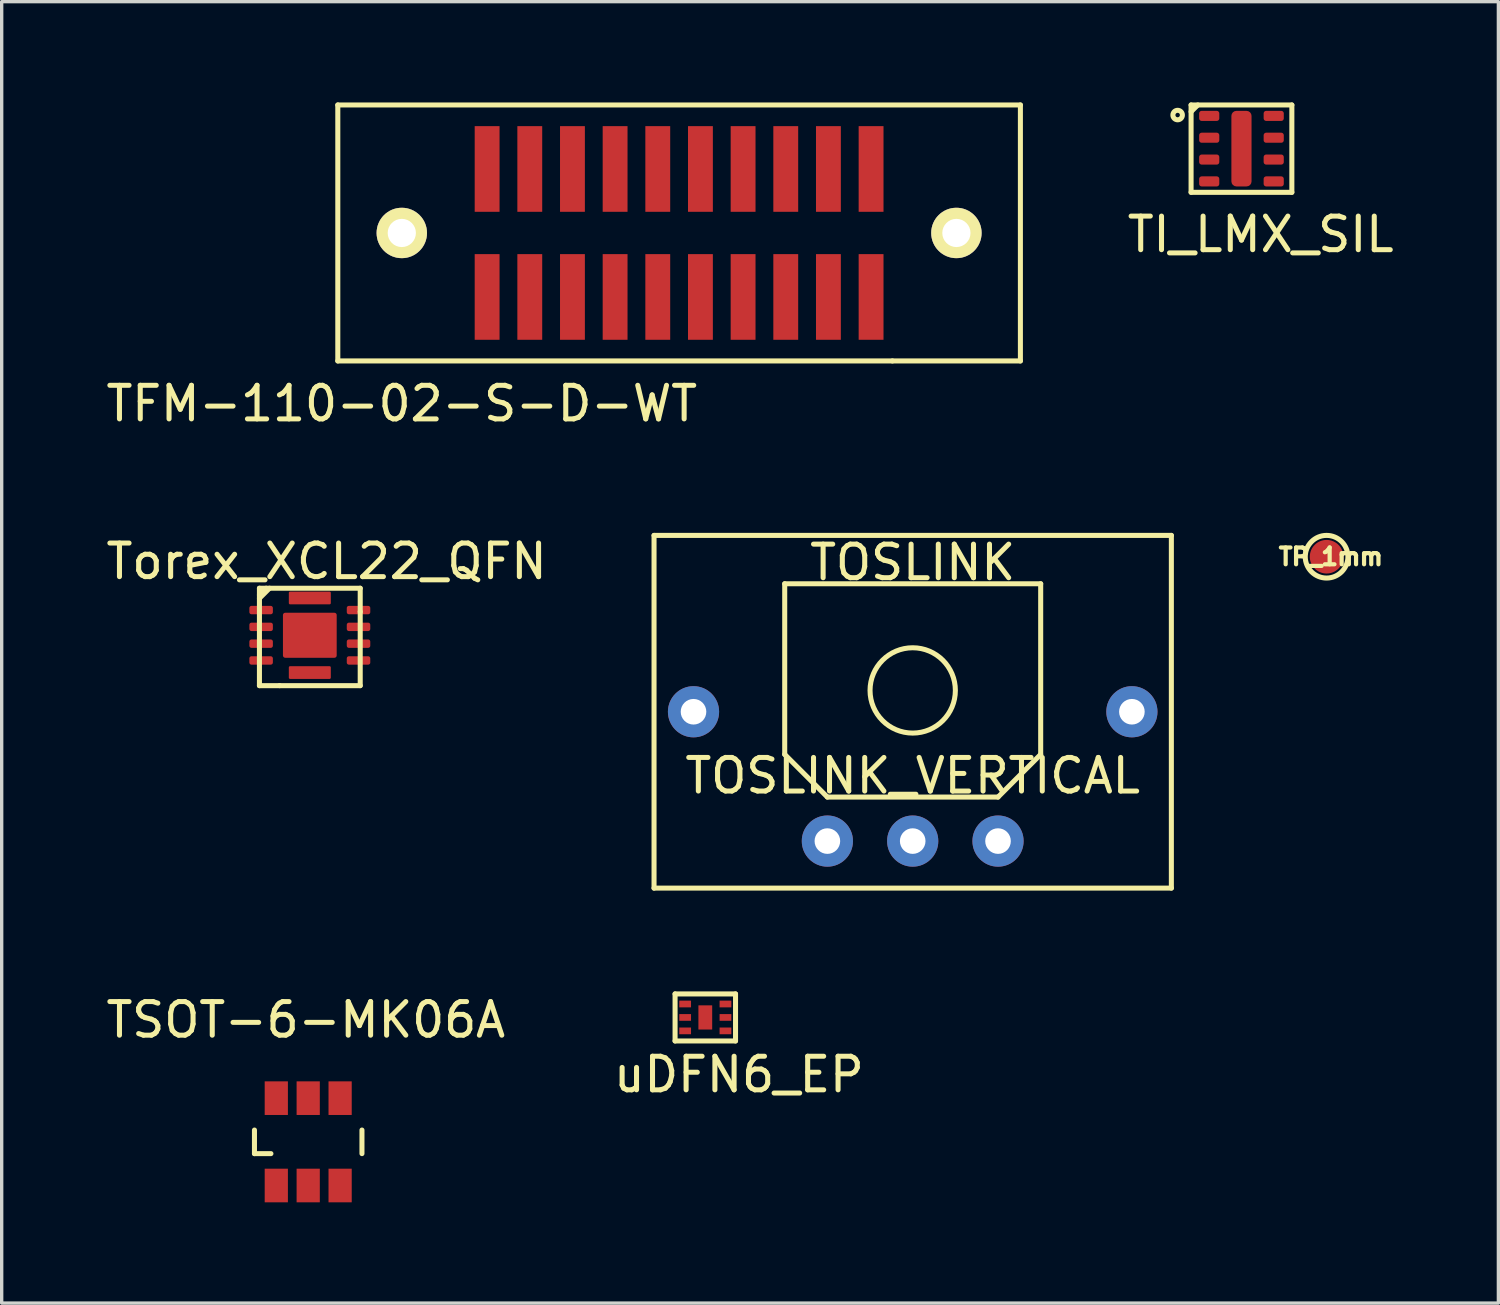
<source format=kicad_pcb>
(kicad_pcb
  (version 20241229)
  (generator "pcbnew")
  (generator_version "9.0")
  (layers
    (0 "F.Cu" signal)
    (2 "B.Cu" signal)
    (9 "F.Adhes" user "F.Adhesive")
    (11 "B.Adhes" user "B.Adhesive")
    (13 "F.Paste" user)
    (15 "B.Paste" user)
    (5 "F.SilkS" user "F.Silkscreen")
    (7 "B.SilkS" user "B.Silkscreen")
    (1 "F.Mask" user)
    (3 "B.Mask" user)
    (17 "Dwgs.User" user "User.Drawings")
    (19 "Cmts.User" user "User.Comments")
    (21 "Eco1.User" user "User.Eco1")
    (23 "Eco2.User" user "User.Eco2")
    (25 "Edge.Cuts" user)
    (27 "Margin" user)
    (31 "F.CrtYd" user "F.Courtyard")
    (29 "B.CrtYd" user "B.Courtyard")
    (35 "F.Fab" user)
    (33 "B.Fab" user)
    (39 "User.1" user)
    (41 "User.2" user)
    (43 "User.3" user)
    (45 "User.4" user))
  (footprint "TFM-110-02-S-D-WT"
    (layer "F.Cu")
    (at 17.166 3.885)
    (property "Reference" "TFM-110-02-S-D-WT" (at -8.255 5.08 0) (layer "F.SilkS") (effects (font (size 1 1) (thickness 0.15))))
    (attr through_hole)
    (fp_line (start -10.16 -3.81) (end -10.16 3.81) (stroke (width 0.15) (type solid)) (layer "F.SilkS"))
    (fp_line (start -10.16 3.81) (end 6.35 3.81) (stroke (width 0.15) (type solid)) (layer "F.SilkS"))
    (fp_line (start 6.35 3.81) (end 10.16 3.81) (stroke (width 0.15) (type solid)) (layer "F.SilkS"))
    (fp_line (start 10.16 -3.81) (end -10.16 -3.81) (stroke (width 0.15) (type solid)) (layer "F.SilkS"))
    (fp_line (start 10.16 3.81) (end 10.16 -3.81) (stroke (width 0.15) (type solid)) (layer "F.SilkS"))
    (pad "0" thru_hole circle (at -8.255 0) (size 1.5 1.5) (drill 0.84) (layers "*.Cu" "*.Mask" "F.SilkS"))
    (pad "0" thru_hole circle (at 8.255 0) (size 1.5 1.5) (drill 0.84) (layers "*.Cu" "*.Mask" "F.SilkS"))
    (pad "1" smd rect (at -5.715 1.905) (size 0.74 2.55) (layers "F.Cu" "F.Mask" "F.Paste"))
    (pad "2" smd rect (at -5.715 -1.905) (size 0.74 2.55) (layers "F.Cu" "F.Mask" "F.Paste"))
    (pad "3" smd rect (at -4.445 1.905) (size 0.74 2.55) (layers "F.Cu" "F.Mask" "F.Paste"))
    (pad "4" smd rect (at -4.445 -1.905) (size 0.74 2.55) (layers "F.Cu" "F.Mask" "F.Paste"))
    (pad "5" smd rect (at -3.175 1.905) (size 0.74 2.55) (layers "F.Cu" "F.Mask" "F.Paste"))
    (pad "6" smd rect (at -3.175 -1.905) (size 0.74 2.55) (layers "F.Cu" "F.Mask" "F.Paste"))
    (pad "7" smd rect (at -1.905 1.905) (size 0.74 2.55) (layers "F.Cu" "F.Mask" "F.Paste"))
    (pad "8" smd rect (at -1.905 -1.905) (size 0.74 2.55) (layers "F.Cu" "F.Mask" "F.Paste"))
    (pad "9" smd rect (at -0.635 1.905) (size 0.74 2.55) (layers "F.Cu" "F.Mask" "F.Paste"))
    (pad "10" smd rect (at -0.635 -1.905) (size 0.74 2.55) (layers "F.Cu" "F.Mask" "F.Paste"))
    (pad "11" smd rect (at 0.635 1.905) (size 0.74 2.55) (layers "F.Cu" "F.Mask" "F.Paste"))
    (pad "12" smd rect (at 0.635 -1.905) (size 0.74 2.55) (layers "F.Cu" "F.Mask" "F.Paste"))
    (pad "13" smd rect (at 1.905 1.905) (size 0.74 2.55) (layers "F.Cu" "F.Mask" "F.Paste"))
    (pad "14" smd rect (at 1.905 -1.905) (size 0.74 2.55) (layers "F.Cu" "F.Mask" "F.Paste"))
    (pad "15" smd rect (at 3.175 1.905) (size 0.74 2.55) (layers "F.Cu" "F.Mask" "F.Paste"))
    (pad "16" smd rect (at 3.175 -1.905) (size 0.74 2.55) (layers "F.Cu" "F.Mask" "F.Paste"))
    (pad "17" smd rect (at 4.445 1.905) (size 0.74 2.55) (layers "F.Cu" "F.Mask" "F.Paste"))
    (pad "18" smd rect (at 4.445 -1.905) (size 0.74 2.55) (layers "F.Cu" "F.Mask" "F.Paste"))
    (pad "19" smd rect (at 5.715 1.905) (size 0.74 2.55) (layers "F.Cu" "F.Mask" "F.Paste"))
    (pad "20" smd rect (at 5.715 -1.905) (size 0.74 2.55) (layers "F.Cu" "F.Mask" "F.Paste")))
  (footprint "TI_LMX_SIL"
    (layer "F.Cu")
    (at 33.907 1.375)
    (property "Reference" "TI_LMX_SIL" (at 0.572 2.553 0) (layer "F.SilkS") (effects (font (size 1 1) (thickness 0.15))))
    (attr through_hole)
    (fp_line (start -1.5 -1.3) (end 1.5 -1.3) (stroke (width 0.15) (type solid)) (layer "F.SilkS"))
    (fp_line (start -1.5 1.3) (end -1.5 -1.3) (stroke (width 0.15) (type solid)) (layer "F.SilkS"))
    (fp_line (start -1.3 -1.3) (end -1.5 -1.1) (stroke (width 0.15) (type solid)) (layer "F.SilkS"))
    (fp_line (start 1.5 -1.3) (end 1.5 1.3) (stroke (width 0.15) (type solid)) (layer "F.SilkS"))
    (fp_line (start 1.5 1.3) (end -1.5 1.3) (stroke (width 0.15) (type solid)) (layer "F.SilkS"))
    (fp_circle (center -1.9 -1) (end -1.8 -0.9) (stroke (width 0.15) (type solid)) (fill no) (layer "F.SilkS"))
    (pad "1" smd roundrect (at -0.96 -0.975) (size 0.6 0.3) (layers "F.Cu" "F.Mask" "F.Paste") (roundrect_rratio 0.25))
    (pad "2" smd roundrect (at -0.96 -0.325) (size 0.6 0.3) (layers "F.Cu" "F.Mask" "F.Paste") (roundrect_rratio 0.25))
    (pad "3" smd roundrect (at -0.96 0.325) (size 0.6 0.3) (layers "F.Cu" "F.Mask" "F.Paste") (roundrect_rratio 0.25))
    (pad "4" smd roundrect (at -0.96 0.975) (size 0.6 0.3) (layers "F.Cu" "F.Mask" "F.Paste") (roundrect_rratio 0.25))
    (pad "5" smd roundrect (at 0.96 0.975) (size 0.6 0.3) (layers "F.Cu" "F.Mask" "F.Paste") (roundrect_rratio 0.25))
    (pad "6" smd roundrect (at 0.96 0.325) (size 0.6 0.3) (layers "F.Cu" "F.Mask" "F.Paste") (roundrect_rratio 0.25))
    (pad "7" smd roundrect (at 0.96 -0.325) (size 0.6 0.3) (layers "F.Cu" "F.Mask" "F.Paste") (roundrect_rratio 0.25))
    (pad "8" smd roundrect (at 0.96 -0.975) (size 0.6 0.3) (layers "F.Cu" "F.Mask" "F.Paste") (roundrect_rratio 0.25))
    (pad "9" smd roundrect (at 0 0 90) (size 2.25 0.6) (layers "F.Cu" "F.Mask" "F.Paste") (roundrect_rratio 0.25)))
  (footprint "uDFN6_EP"
    (layer "F.Cu")
    (at 17.946 27.238)
    (property "Reference" "uDFN6_EP" (at 1 1.7 0) (layer "F.SilkS") (effects (font (size 1 1) (thickness 0.15))))
    (attr through_hole)
    (fp_line (start -0.9 -0.7) (end 0.9 -0.7) (stroke (width 0.15) (type solid)) (layer "F.SilkS"))
    (fp_line (start -0.9 0.7) (end -0.9 -0.7) (stroke (width 0.15) (type solid)) (layer "F.SilkS"))
    (fp_line (start 0.9 -0.7) (end 0.9 0.7) (stroke (width 0.15) (type solid)) (layer "F.SilkS"))
    (fp_line (start 0.9 0.7) (end -0.9 0.7) (stroke (width 0.15) (type solid)) (layer "F.SilkS"))
    (pad "1" smd rect (at -0.6 -0.4) (size 0.35 0.2) (layers "F.Cu" "F.Mask" "F.Paste"))
    (pad "2" smd rect (at -0.6 0) (size 0.35 0.2) (layers "F.Cu" "F.Mask" "F.Paste"))
    (pad "3" smd rect (at -0.6 0.4) (size 0.35 0.2) (layers "F.Cu" "F.Mask" "F.Paste"))
    (pad "4" smd rect (at 0.6 0.4) (size 0.35 0.2) (layers "F.Cu" "F.Mask" "F.Paste"))
    (pad "5" smd rect (at 0.6 0) (size 0.35 0.2) (layers "F.Cu" "F.Mask" "F.Paste"))
    (pad "6" smd rect (at 0.6 -0.4) (size 0.35 0.2) (layers "F.Cu" "F.Mask" "F.Paste"))
    (pad "7" smd rect (at 0 0) (size 0.41 0.72) (layers "F.Cu" "F.Mask" "F.Paste")))
  (footprint "TSOT-6-MK06A"
    (layer "F.Cu")
    (at 6.125 30.941)
    (property "Reference" "TSOT-6-MK06A" (at -0.071 -3.63 0) (layer "F.SilkS") (effects (font (size 1 1) (thickness 0.15))))
    (attr smd)
    (fp_line (start -1.6 -0.351) (end -1.6 0.351) (stroke (width 0.15) (type solid)) (layer "F.SilkS"))
    (fp_line (start -1.6 0.351) (end -1.11 0.351) (stroke (width 0.15) (type solid)) (layer "F.SilkS"))
    (fp_line (start 1.6 -0.351) (end 1.6 0.351) (stroke (width 0.15) (type solid)) (layer "F.SilkS"))
    (pad "1" smd rect (at -0.95 1.3) (size 0.691 1.001) (layers "F.Cu" "F.Mask" "F.Paste"))
    (pad "2" smd rect (at 0 1.3) (size 0.691 1.001) (layers "F.Cu" "F.Mask" "F.Paste"))
    (pad "3" smd rect (at 0.95 1.3) (size 0.691 1.001) (layers "F.Cu" "F.Mask" "F.Paste"))
    (pad "4" smd rect (at 0.95 -1.3) (size 0.691 1.001) (layers "F.Cu" "F.Mask" "F.Paste"))
    (pad "5" smd rect (at 0 -1.3) (size 0.691 1.001) (layers "F.Cu" "F.Mask" "F.Paste"))
    (pad "6" smd rect (at -0.95 -1.3) (size 0.691 1.001) (layers "F.Cu" "F.Mask" "F.Paste")))
  (footprint "TP_1mm"
    (layer "F.Cu")
    (at 36.441 13.523)
    (property "Reference" "TP_1mm" (at 0.127 0 0) (layer "F.SilkS") (effects (font (size 0.5 0.5) (thickness 0.125))))
    (attr through_hole)
    (fp_circle (center 0 0) (end 0.635 0) (stroke (width 0.15) (type solid)) (fill no) (layer "F.SilkS"))
    (pad "1" smd circle (at 0 0) (size 1 1) (layers "F.Cu" "F.Mask")))
  (footprint "TOSLINK_VERTICAL"
    (layer "F.Cu")
    (at 24.12 18.138)
    (property "Reference" "TOSLINK_VERTICAL" (at 0 1.905 0) (layer "F.SilkS") (effects (font (size 1 1) (thickness 0.15))))
    (attr through_hole)
    (fp_line (start -7.7 -5.25) (end -7.7 5.25) (stroke (width 0.15) (type solid)) (layer "F.SilkS"))
    (fp_line (start -7.7 -5.25) (end 7.7 -5.25) (stroke (width 0.15) (type solid)) (layer "F.SilkS"))
    (fp_line (start -7.7 5.25) (end 7.7 5.25) (stroke (width 0.15) (type solid)) (layer "F.SilkS"))
    (fp_line (start -3.81 -3.81) (end 3.81 -3.81) (stroke (width 0.15) (type solid)) (layer "F.SilkS"))
    (fp_line (start -3.81 1.27) (end -3.81 -3.81) (stroke (width 0.15) (type solid)) (layer "F.SilkS"))
    (fp_line (start -2.54 2.54) (end -3.81 1.27) (stroke (width 0.15) (type solid)) (layer "F.SilkS"))
    (fp_line (start 2.54 2.54) (end -2.54 2.54) (stroke (width 0.15) (type solid)) (layer "F.SilkS"))
    (fp_line (start 3.81 -3.81) (end 3.81 1.27) (stroke (width 0.15) (type solid)) (layer "F.SilkS"))
    (fp_line (start 3.81 1.27) (end 2.54 2.54) (stroke (width 0.15) (type solid)) (layer "F.SilkS"))
    (fp_line (start 7.7 -5.25) (end 7.7 5.25) (stroke (width 0.15) (type solid)) (layer "F.SilkS"))
    (fp_circle (center 0 -0.635) (end 0 -1.905) (stroke (width 0.15) (type solid)) (fill no) (layer "F.SilkS"))
    (fp_text user "TOSLINK" (at 0 -4.445 0) (layer "F.SilkS") (effects (font (size 1 1) (thickness 0.15))))
    (pad "1" thru_hole circle (at 2.54 3.85) (size 1.524 1.524) (drill 0.762) (layers "*.Cu" "*.Mask"))
    (pad "2" thru_hole circle (at 0 3.85) (size 1.524 1.524) (drill 0.762) (layers "*.Cu" "*.Mask"))
    (pad "3" thru_hole circle (at -2.54 3.85) (size 1.524 1.524) (drill 0.762) (layers "*.Cu" "*.Mask"))
    (pad "4" thru_hole circle (at -6.525 0) (size 1.524 1.524) (drill 0.762) (layers "*.Cu" "*.Mask"))
    (pad "5" thru_hole circle (at 6.525 0) (size 1.524 1.524) (drill 0.762) (layers "*.Cu" "*.Mask")))
  (footprint "Torex_XCL22_QFN"
    (layer "F.Cu")
    (at 6.173 15.861)
    (property "Reference" "Torex_XCL22_QFN" (at 0.5 -2.2 0) (layer "F.SilkS") (effects (font (size 1 1) (thickness 0.15))))
    (attr through_hole)
    (fp_line (start -1.5 -1.4) (end 1.5 -1.4) (stroke (width 0.15) (type solid)) (layer "F.SilkS"))
    (fp_line (start -1.5 -1.1) (end -1.2 -1.4) (stroke (width 0.15) (type solid)) (layer "F.SilkS"))
    (fp_line (start -1.5 1.5) (end -1.5 -1.4) (stroke (width 0.15) (type solid)) (layer "F.SilkS"))
    (fp_line (start -1.3 -1.4) (end -1.5 -1.2) (stroke (width 0.15) (type solid)) (layer "F.SilkS"))
    (fp_line (start -0.9 1.5) (end -1.5 1.5) (stroke (width 0.15) (type solid)) (layer "F.SilkS"))
    (fp_line (start 1.5 -1.4) (end 1.5 -0.7) (stroke (width 0.15) (type solid)) (layer "F.SilkS"))
    (fp_line (start 1.5 -0.7) (end 1.5 1.5) (stroke (width 0.15) (type solid)) (layer "F.SilkS"))
    (fp_line (start 1.5 1.5) (end -0.9 1.5) (stroke (width 0.15) (type solid)) (layer "F.SilkS"))
    (pad "1" smd roundrect (at -1.45 -0.75) (size 0.7 0.25) (layers "F.Cu" "F.Mask" "F.Paste") (roundrect_rratio 0.25))
    (pad "2" smd roundrect (at -1.45 -0.25) (size 0.7 0.25) (layers "F.Cu" "F.Mask" "F.Paste") (roundrect_rratio 0.25))
    (pad "3" smd roundrect (at -1.45 0.25) (size 0.7 0.25) (layers "F.Cu" "F.Mask" "F.Paste") (roundrect_rratio 0.25))
    (pad "4" smd roundrect (at -1.45 0.75) (size 0.7 0.25) (layers "F.Cu" "F.Mask" "F.Paste") (roundrect_rratio 0.25))
    (pad "5" smd roundrect (at 1.45 0.75) (size 0.7 0.25) (layers "F.Cu" "F.Mask" "F.Paste") (roundrect_rratio 0.25))
    (pad "6" smd roundrect (at 1.45 0.25) (size 0.7 0.25) (layers "F.Cu" "F.Mask" "F.Paste") (roundrect_rratio 0.25))
    (pad "7" smd roundrect (at 1.45 -0.25) (size 0.7 0.25) (layers "F.Cu" "F.Mask" "F.Paste") (roundrect_rratio 0.25))
    (pad "8" smd roundrect (at 1.45 -0.75) (size 0.7 0.25) (layers "F.Cu" "F.Mask" "F.Paste") (roundrect_rratio 0.25))
    (pad "9" smd roundrect (at 0 -1.11) (size 1.25 0.38) (layers "F.Cu" "F.Mask" "F.Paste") (roundrect_rratio 0.1))
    (pad "10" smd roundrect (at 0 1.11) (size 1.25 0.38) (layers "F.Cu" "F.Mask" "F.Paste") (roundrect_rratio 0.1))
    (pad "11" smd roundrect (at 0 0 90) (size 1.34 1.6) (layers "F.Cu" "F.Mask" "F.Paste") (roundrect_rratio 0.05)))
  (gr_rect
    (start -3 -3)
    (end 41.555 35.742)
    (stroke (width 0.1) (type default))
    (fill no)
    (layer "Edge.Cuts")))
</source>
